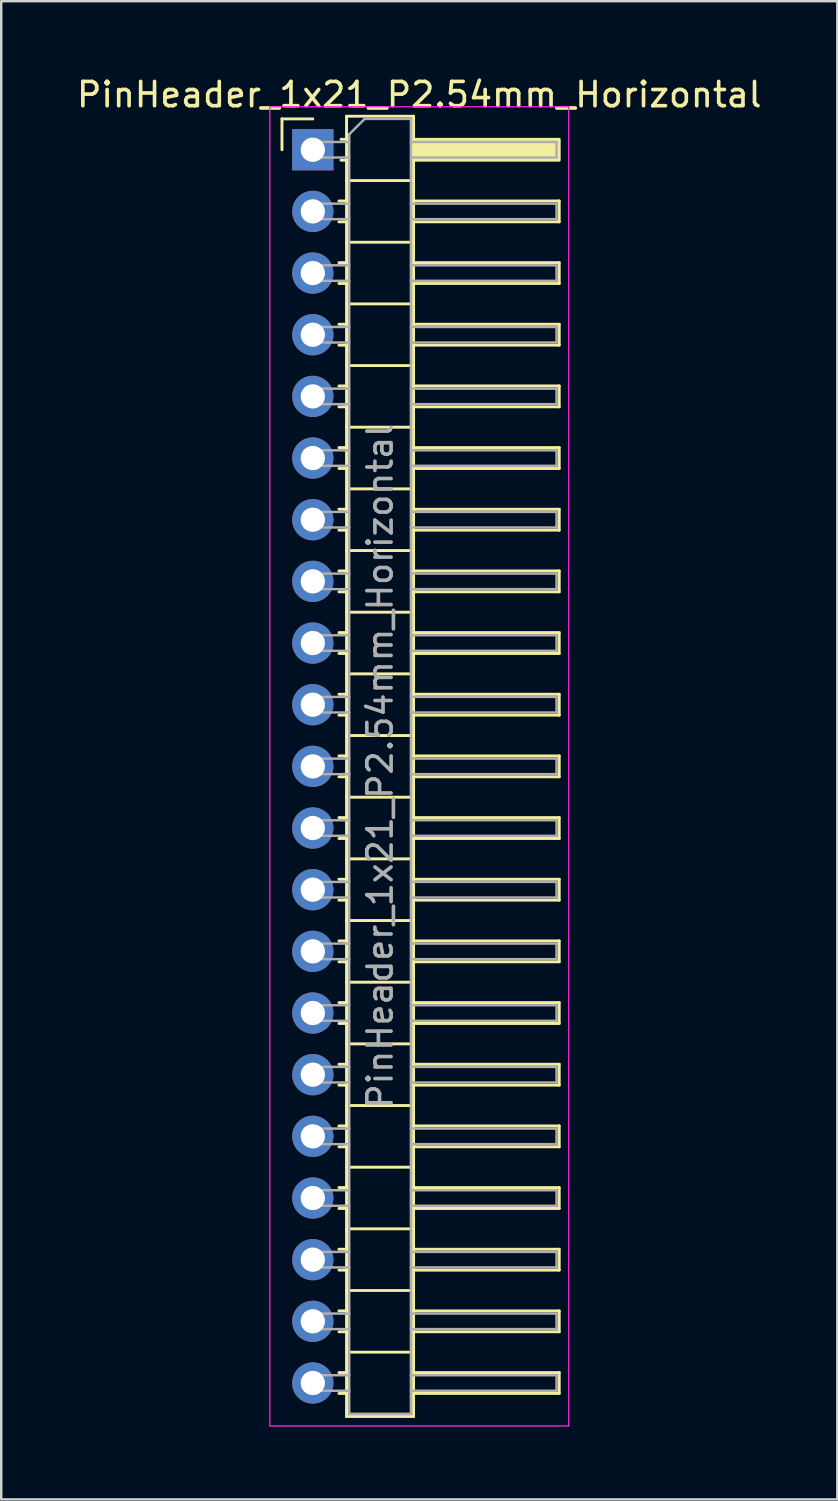
<source format=kicad_pcb>
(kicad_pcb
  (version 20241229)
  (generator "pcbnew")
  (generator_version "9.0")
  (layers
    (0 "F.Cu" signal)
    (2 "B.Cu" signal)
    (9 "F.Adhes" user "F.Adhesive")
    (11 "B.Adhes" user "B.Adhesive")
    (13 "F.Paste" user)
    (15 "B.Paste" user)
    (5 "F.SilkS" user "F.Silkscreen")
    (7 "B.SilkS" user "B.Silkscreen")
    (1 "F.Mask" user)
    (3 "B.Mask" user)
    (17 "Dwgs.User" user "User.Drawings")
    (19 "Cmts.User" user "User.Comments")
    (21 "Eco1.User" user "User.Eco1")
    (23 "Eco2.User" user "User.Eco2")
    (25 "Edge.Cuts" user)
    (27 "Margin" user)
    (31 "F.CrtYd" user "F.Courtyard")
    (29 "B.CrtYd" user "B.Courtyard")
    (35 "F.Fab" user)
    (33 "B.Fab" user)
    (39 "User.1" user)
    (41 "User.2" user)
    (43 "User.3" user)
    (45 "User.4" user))
  (footprint "PinHeader_1x21_P2.54mm_Horizontal"
    (layer "F.Cu")
    (at 9.835 3.118)
    (property "Reference" "PinHeader_1x21_P2.54mm_Horizontal" (at 4.385 -2.27 0) (layer "F.SilkS") (effects (font (size 1 1) (thickness 0.15))))
    (attr through_hole)
    (fp_line (start -1.27 -1.27) (end 0 -1.27) (stroke (width 0.12) (type solid)) (layer "F.SilkS"))
    (fp_line (start -1.27 0) (end -1.27 -1.27) (stroke (width 0.12) (type solid)) (layer "F.SilkS"))
    (fp_line (start 1.077 2.11) (end 1.39 2.11) (stroke (width 0.12) (type solid)) (layer "F.SilkS"))
    (fp_line (start 1.077 2.97) (end 1.39 2.97) (stroke (width 0.12) (type solid)) (layer "F.SilkS"))
    (fp_line (start 1.077 4.65) (end 1.39 4.65) (stroke (width 0.12) (type solid)) (layer "F.SilkS"))
    (fp_line (start 1.077 5.51) (end 1.39 5.51) (stroke (width 0.12) (type solid)) (layer "F.SilkS"))
    (fp_line (start 1.077 7.19) (end 1.39 7.19) (stroke (width 0.12) (type solid)) (layer "F.SilkS"))
    (fp_line (start 1.077 8.05) (end 1.39 8.05) (stroke (width 0.12) (type solid)) (layer "F.SilkS"))
    (fp_line (start 1.077 9.73) (end 1.39 9.73) (stroke (width 0.12) (type solid)) (layer "F.SilkS"))
    (fp_line (start 1.077 10.59) (end 1.39 10.59) (stroke (width 0.12) (type solid)) (layer "F.SilkS"))
    (fp_line (start 1.077 12.27) (end 1.39 12.27) (stroke (width 0.12) (type solid)) (layer "F.SilkS"))
    (fp_line (start 1.077 13.13) (end 1.39 13.13) (stroke (width 0.12) (type solid)) (layer "F.SilkS"))
    (fp_line (start 1.077 14.81) (end 1.39 14.81) (stroke (width 0.12) (type solid)) (layer "F.SilkS"))
    (fp_line (start 1.077 15.67) (end 1.39 15.67) (stroke (width 0.12) (type solid)) (layer "F.SilkS"))
    (fp_line (start 1.077 17.35) (end 1.39 17.35) (stroke (width 0.12) (type solid)) (layer "F.SilkS"))
    (fp_line (start 1.077 18.21) (end 1.39 18.21) (stroke (width 0.12) (type solid)) (layer "F.SilkS"))
    (fp_line (start 1.077 19.89) (end 1.39 19.89) (stroke (width 0.12) (type solid)) (layer "F.SilkS"))
    (fp_line (start 1.077 20.75) (end 1.39 20.75) (stroke (width 0.12) (type solid)) (layer "F.SilkS"))
    (fp_line (start 1.077 22.43) (end 1.39 22.43) (stroke (width 0.12) (type solid)) (layer "F.SilkS"))
    (fp_line (start 1.077 23.29) (end 1.39 23.29) (stroke (width 0.12) (type solid)) (layer "F.SilkS"))
    (fp_line (start 1.077 24.97) (end 1.39 24.97) (stroke (width 0.12) (type solid)) (layer "F.SilkS"))
    (fp_line (start 1.077 25.83) (end 1.39 25.83) (stroke (width 0.12) (type solid)) (layer "F.SilkS"))
    (fp_line (start 1.077 27.51) (end 1.39 27.51) (stroke (width 0.12) (type solid)) (layer "F.SilkS"))
    (fp_line (start 1.077 28.37) (end 1.39 28.37) (stroke (width 0.12) (type solid)) (layer "F.SilkS"))
    (fp_line (start 1.077 30.05) (end 1.39 30.05) (stroke (width 0.12) (type solid)) (layer "F.SilkS"))
    (fp_line (start 1.077 30.91) (end 1.39 30.91) (stroke (width 0.12) (type solid)) (layer "F.SilkS"))
    (fp_line (start 1.077 32.59) (end 1.39 32.59) (stroke (width 0.12) (type solid)) (layer "F.SilkS"))
    (fp_line (start 1.077 33.45) (end 1.39 33.45) (stroke (width 0.12) (type solid)) (layer "F.SilkS"))
    (fp_line (start 1.077 35.13) (end 1.39 35.13) (stroke (width 0.12) (type solid)) (layer "F.SilkS"))
    (fp_line (start 1.077 35.99) (end 1.39 35.99) (stroke (width 0.12) (type solid)) (layer "F.SilkS"))
    (fp_line (start 1.077 37.67) (end 1.39 37.67) (stroke (width 0.12) (type solid)) (layer "F.SilkS"))
    (fp_line (start 1.077 38.53) (end 1.39 38.53) (stroke (width 0.12) (type solid)) (layer "F.SilkS"))
    (fp_line (start 1.077 40.21) (end 1.39 40.21) (stroke (width 0.12) (type solid)) (layer "F.SilkS"))
    (fp_line (start 1.077 41.07) (end 1.39 41.07) (stroke (width 0.12) (type solid)) (layer "F.SilkS"))
    (fp_line (start 1.077 42.75) (end 1.39 42.75) (stroke (width 0.12) (type solid)) (layer "F.SilkS"))
    (fp_line (start 1.077 43.61) (end 1.39 43.61) (stroke (width 0.12) (type solid)) (layer "F.SilkS"))
    (fp_line (start 1.077 45.29) (end 1.39 45.29) (stroke (width 0.12) (type solid)) (layer "F.SilkS"))
    (fp_line (start 1.077 46.15) (end 1.39 46.15) (stroke (width 0.12) (type solid)) (layer "F.SilkS"))
    (fp_line (start 1.077 47.83) (end 1.39 47.83) (stroke (width 0.12) (type solid)) (layer "F.SilkS"))
    (fp_line (start 1.077 48.69) (end 1.39 48.69) (stroke (width 0.12) (type solid)) (layer "F.SilkS"))
    (fp_line (start 1.077 50.37) (end 1.39 50.37) (stroke (width 0.12) (type solid)) (layer "F.SilkS"))
    (fp_line (start 1.077 51.23) (end 1.39 51.23) (stroke (width 0.12) (type solid)) (layer "F.SilkS"))
    (fp_line (start 1.16 -0.43) (end 1.39 -0.43) (stroke (width 0.12) (type solid)) (layer "F.SilkS"))
    (fp_line (start 1.16 0.43) (end 1.39 0.43) (stroke (width 0.12) (type solid)) (layer "F.SilkS"))
    (fp_line (start 1.39 -1.38) (end 1.39 52.18) (stroke (width 0.12) (type solid)) (layer "F.SilkS"))
    (fp_line (start 1.39 1.27) (end 4.15 1.27) (stroke (width 0.12) (type solid)) (layer "F.SilkS"))
    (fp_line (start 1.39 3.81) (end 4.15 3.81) (stroke (width 0.12) (type solid)) (layer "F.SilkS"))
    (fp_line (start 1.39 6.35) (end 4.15 6.35) (stroke (width 0.12) (type solid)) (layer "F.SilkS"))
    (fp_line (start 1.39 8.89) (end 4.15 8.89) (stroke (width 0.12) (type solid)) (layer "F.SilkS"))
    (fp_line (start 1.39 11.43) (end 4.15 11.43) (stroke (width 0.12) (type solid)) (layer "F.SilkS"))
    (fp_line (start 1.39 13.97) (end 4.15 13.97) (stroke (width 0.12) (type solid)) (layer "F.SilkS"))
    (fp_line (start 1.39 16.51) (end 4.15 16.51) (stroke (width 0.12) (type solid)) (layer "F.SilkS"))
    (fp_line (start 1.39 19.05) (end 4.15 19.05) (stroke (width 0.12) (type solid)) (layer "F.SilkS"))
    (fp_line (start 1.39 21.59) (end 4.15 21.59) (stroke (width 0.12) (type solid)) (layer "F.SilkS"))
    (fp_line (start 1.39 24.13) (end 4.15 24.13) (stroke (width 0.12) (type solid)) (layer "F.SilkS"))
    (fp_line (start 1.39 26.67) (end 4.15 26.67) (stroke (width 0.12) (type solid)) (layer "F.SilkS"))
    (fp_line (start 1.39 29.21) (end 4.15 29.21) (stroke (width 0.12) (type solid)) (layer "F.SilkS"))
    (fp_line (start 1.39 31.75) (end 4.15 31.75) (stroke (width 0.12) (type solid)) (layer "F.SilkS"))
    (fp_line (start 1.39 34.29) (end 4.15 34.29) (stroke (width 0.12) (type solid)) (layer "F.SilkS"))
    (fp_line (start 1.39 36.83) (end 4.15 36.83) (stroke (width 0.12) (type solid)) (layer "F.SilkS"))
    (fp_line (start 1.39 39.37) (end 4.15 39.37) (stroke (width 0.12) (type solid)) (layer "F.SilkS"))
    (fp_line (start 1.39 41.91) (end 4.15 41.91) (stroke (width 0.12) (type solid)) (layer "F.SilkS"))
    (fp_line (start 1.39 44.45) (end 4.15 44.45) (stroke (width 0.12) (type solid)) (layer "F.SilkS"))
    (fp_line (start 1.39 46.99) (end 4.15 46.99) (stroke (width 0.12) (type solid)) (layer "F.SilkS"))
    (fp_line (start 1.39 49.53) (end 4.15 49.53) (stroke (width 0.12) (type solid)) (layer "F.SilkS"))
    (fp_line (start 1.39 52.18) (end 4.15 52.18) (stroke (width 0.12) (type solid)) (layer "F.SilkS"))
    (fp_line (start 4.15 -1.38) (end 1.39 -1.38) (stroke (width 0.12) (type solid)) (layer "F.SilkS"))
    (fp_line (start 4.15 2.11) (end 10.15 2.11) (stroke (width 0.12) (type solid)) (layer "F.SilkS"))
    (fp_line (start 4.15 4.65) (end 10.15 4.65) (stroke (width 0.12) (type solid)) (layer "F.SilkS"))
    (fp_line (start 4.15 7.19) (end 10.15 7.19) (stroke (width 0.12) (type solid)) (layer "F.SilkS"))
    (fp_line (start 4.15 9.73) (end 10.15 9.73) (stroke (width 0.12) (type solid)) (layer "F.SilkS"))
    (fp_line (start 4.15 12.27) (end 10.15 12.27) (stroke (width 0.12) (type solid)) (layer "F.SilkS"))
    (fp_line (start 4.15 14.81) (end 10.15 14.81) (stroke (width 0.12) (type solid)) (layer "F.SilkS"))
    (fp_line (start 4.15 17.35) (end 10.15 17.35) (stroke (width 0.12) (type solid)) (layer "F.SilkS"))
    (fp_line (start 4.15 19.89) (end 10.15 19.89) (stroke (width 0.12) (type solid)) (layer "F.SilkS"))
    (fp_line (start 4.15 22.43) (end 10.15 22.43) (stroke (width 0.12) (type solid)) (layer "F.SilkS"))
    (fp_line (start 4.15 24.97) (end 10.15 24.97) (stroke (width 0.12) (type solid)) (layer "F.SilkS"))
    (fp_line (start 4.15 27.51) (end 10.15 27.51) (stroke (width 0.12) (type solid)) (layer "F.SilkS"))
    (fp_line (start 4.15 30.05) (end 10.15 30.05) (stroke (width 0.12) (type solid)) (layer "F.SilkS"))
    (fp_line (start 4.15 32.59) (end 10.15 32.59) (stroke (width 0.12) (type solid)) (layer "F.SilkS"))
    (fp_line (start 4.15 35.13) (end 10.15 35.13) (stroke (width 0.12) (type solid)) (layer "F.SilkS"))
    (fp_line (start 4.15 37.67) (end 10.15 37.67) (stroke (width 0.12) (type solid)) (layer "F.SilkS"))
    (fp_line (start 4.15 40.21) (end 10.15 40.21) (stroke (width 0.12) (type solid)) (layer "F.SilkS"))
    (fp_line (start 4.15 42.75) (end 10.15 42.75) (stroke (width 0.12) (type solid)) (layer "F.SilkS"))
    (fp_line (start 4.15 45.29) (end 10.15 45.29) (stroke (width 0.12) (type solid)) (layer "F.SilkS"))
    (fp_line (start 4.15 47.83) (end 10.15 47.83) (stroke (width 0.12) (type solid)) (layer "F.SilkS"))
    (fp_line (start 4.15 50.37) (end 10.15 50.37) (stroke (width 0.12) (type solid)) (layer "F.SilkS"))
    (fp_line (start 4.15 52.18) (end 4.15 -1.38) (stroke (width 0.12) (type solid)) (layer "F.SilkS"))
    (fp_line (start 10.15 2.11) (end 10.15 2.97) (stroke (width 0.12) (type solid)) (layer "F.SilkS"))
    (fp_line (start 10.15 2.97) (end 4.15 2.97) (stroke (width 0.12) (type solid)) (layer "F.SilkS"))
    (fp_line (start 10.15 4.65) (end 10.15 5.51) (stroke (width 0.12) (type solid)) (layer "F.SilkS"))
    (fp_line (start 10.15 5.51) (end 4.15 5.51) (stroke (width 0.12) (type solid)) (layer "F.SilkS"))
    (fp_line (start 10.15 7.19) (end 10.15 8.05) (stroke (width 0.12) (type solid)) (layer "F.SilkS"))
    (fp_line (start 10.15 8.05) (end 4.15 8.05) (stroke (width 0.12) (type solid)) (layer "F.SilkS"))
    (fp_line (start 10.15 9.73) (end 10.15 10.59) (stroke (width 0.12) (type solid)) (layer "F.SilkS"))
    (fp_line (start 10.15 10.59) (end 4.15 10.59) (stroke (width 0.12) (type solid)) (layer "F.SilkS"))
    (fp_line (start 10.15 12.27) (end 10.15 13.13) (stroke (width 0.12) (type solid)) (layer "F.SilkS"))
    (fp_line (start 10.15 13.13) (end 4.15 13.13) (stroke (width 0.12) (type solid)) (layer "F.SilkS"))
    (fp_line (start 10.15 14.81) (end 10.15 15.67) (stroke (width 0.12) (type solid)) (layer "F.SilkS"))
    (fp_line (start 10.15 15.67) (end 4.15 15.67) (stroke (width 0.12) (type solid)) (layer "F.SilkS"))
    (fp_line (start 10.15 17.35) (end 10.15 18.21) (stroke (width 0.12) (type solid)) (layer "F.SilkS"))
    (fp_line (start 10.15 18.21) (end 4.15 18.21) (stroke (width 0.12) (type solid)) (layer "F.SilkS"))
    (fp_line (start 10.15 19.89) (end 10.15 20.75) (stroke (width 0.12) (type solid)) (layer "F.SilkS"))
    (fp_line (start 10.15 20.75) (end 4.15 20.75) (stroke (width 0.12) (type solid)) (layer "F.SilkS"))
    (fp_line (start 10.15 22.43) (end 10.15 23.29) (stroke (width 0.12) (type solid)) (layer "F.SilkS"))
    (fp_line (start 10.15 23.29) (end 4.15 23.29) (stroke (width 0.12) (type solid)) (layer "F.SilkS"))
    (fp_line (start 10.15 24.97) (end 10.15 25.83) (stroke (width 0.12) (type solid)) (layer "F.SilkS"))
    (fp_line (start 10.15 25.83) (end 4.15 25.83) (stroke (width 0.12) (type solid)) (layer "F.SilkS"))
    (fp_line (start 10.15 27.51) (end 10.15 28.37) (stroke (width 0.12) (type solid)) (layer "F.SilkS"))
    (fp_line (start 10.15 28.37) (end 4.15 28.37) (stroke (width 0.12) (type solid)) (layer "F.SilkS"))
    (fp_line (start 10.15 30.05) (end 10.15 30.91) (stroke (width 0.12) (type solid)) (layer "F.SilkS"))
    (fp_line (start 10.15 30.91) (end 4.15 30.91) (stroke (width 0.12) (type solid)) (layer "F.SilkS"))
    (fp_line (start 10.15 32.59) (end 10.15 33.45) (stroke (width 0.12) (type solid)) (layer "F.SilkS"))
    (fp_line (start 10.15 33.45) (end 4.15 33.45) (stroke (width 0.12) (type solid)) (layer "F.SilkS"))
    (fp_line (start 10.15 35.13) (end 10.15 35.99) (stroke (width 0.12) (type solid)) (layer "F.SilkS"))
    (fp_line (start 10.15 35.99) (end 4.15 35.99) (stroke (width 0.12) (type solid)) (layer "F.SilkS"))
    (fp_line (start 10.15 37.67) (end 10.15 38.53) (stroke (width 0.12) (type solid)) (layer "F.SilkS"))
    (fp_line (start 10.15 38.53) (end 4.15 38.53) (stroke (width 0.12) (type solid)) (layer "F.SilkS"))
    (fp_line (start 10.15 40.21) (end 10.15 41.07) (stroke (width 0.12) (type solid)) (layer "F.SilkS"))
    (fp_line (start 10.15 41.07) (end 4.15 41.07) (stroke (width 0.12) (type solid)) (layer "F.SilkS"))
    (fp_line (start 10.15 42.75) (end 10.15 43.61) (stroke (width 0.12) (type solid)) (layer "F.SilkS"))
    (fp_line (start 10.15 43.61) (end 4.15 43.61) (stroke (width 0.12) (type solid)) (layer "F.SilkS"))
    (fp_line (start 10.15 45.29) (end 10.15 46.15) (stroke (width 0.12) (type solid)) (layer "F.SilkS"))
    (fp_line (start 10.15 46.15) (end 4.15 46.15) (stroke (width 0.12) (type solid)) (layer "F.SilkS"))
    (fp_line (start 10.15 47.83) (end 10.15 48.69) (stroke (width 0.12) (type solid)) (layer "F.SilkS"))
    (fp_line (start 10.15 48.69) (end 4.15 48.69) (stroke (width 0.12) (type solid)) (layer "F.SilkS"))
    (fp_line (start 10.15 50.37) (end 10.15 51.23) (stroke (width 0.12) (type solid)) (layer "F.SilkS"))
    (fp_line (start 10.15 51.23) (end 4.15 51.23) (stroke (width 0.12) (type solid)) (layer "F.SilkS"))
    (fp_rect (start 4.15 -0.43) (end 10.15 0.43) (stroke (width 0.12) (type solid)) (fill yes) (layer "F.SilkS"))
    (fp_line (start -1.77 -1.77) (end -1.77 52.57) (stroke (width 0.05) (type solid)) (layer "F.CrtYd"))
    (fp_line (start -1.77 52.57) (end 10.54 52.57) (stroke (width 0.05) (type solid)) (layer "F.CrtYd"))
    (fp_line (start 10.54 -1.77) (end -1.77 -1.77) (stroke (width 0.05) (type solid)) (layer "F.CrtYd"))
    (fp_line (start 10.54 52.57) (end 10.54 -1.77) (stroke (width 0.05) (type solid)) (layer "F.CrtYd"))
    (fp_line (start -0.32 -0.32) (end -0.32 0.32) (stroke (width 0.1) (type solid)) (layer "F.Fab"))
    (fp_line (start -0.32 -0.32) (end 1.5 -0.32) (stroke (width 0.1) (type solid)) (layer "F.Fab"))
    (fp_line (start -0.32 0.32) (end 1.5 0.32) (stroke (width 0.1) (type solid)) (layer "F.Fab"))
    (fp_line (start -0.32 2.22) (end -0.32 2.86) (stroke (width 0.1) (type solid)) (layer "F.Fab"))
    (fp_line (start -0.32 2.22) (end 1.5 2.22) (stroke (width 0.1) (type solid)) (layer "F.Fab"))
    (fp_line (start -0.32 2.86) (end 1.5 2.86) (stroke (width 0.1) (type solid)) (layer "F.Fab"))
    (fp_line (start -0.32 4.76) (end -0.32 5.4) (stroke (width 0.1) (type solid)) (layer "F.Fab"))
    (fp_line (start -0.32 4.76) (end 1.5 4.76) (stroke (width 0.1) (type solid)) (layer "F.Fab"))
    (fp_line (start -0.32 5.4) (end 1.5 5.4) (stroke (width 0.1) (type solid)) (layer "F.Fab"))
    (fp_line (start -0.32 7.3) (end -0.32 7.94) (stroke (width 0.1) (type solid)) (layer "F.Fab"))
    (fp_line (start -0.32 7.3) (end 1.5 7.3) (stroke (width 0.1) (type solid)) (layer "F.Fab"))
    (fp_line (start -0.32 7.94) (end 1.5 7.94) (stroke (width 0.1) (type solid)) (layer "F.Fab"))
    (fp_line (start -0.32 9.84) (end -0.32 10.48) (stroke (width 0.1) (type solid)) (layer "F.Fab"))
    (fp_line (start -0.32 9.84) (end 1.5 9.84) (stroke (width 0.1) (type solid)) (layer "F.Fab"))
    (fp_line (start -0.32 10.48) (end 1.5 10.48) (stroke (width 0.1) (type solid)) (layer "F.Fab"))
    (fp_line (start -0.32 12.38) (end -0.32 13.02) (stroke (width 0.1) (type solid)) (layer "F.Fab"))
    (fp_line (start -0.32 12.38) (end 1.5 12.38) (stroke (width 0.1) (type solid)) (layer "F.Fab"))
    (fp_line (start -0.32 13.02) (end 1.5 13.02) (stroke (width 0.1) (type solid)) (layer "F.Fab"))
    (fp_line (start -0.32 14.92) (end -0.32 15.56) (stroke (width 0.1) (type solid)) (layer "F.Fab"))
    (fp_line (start -0.32 14.92) (end 1.5 14.92) (stroke (width 0.1) (type solid)) (layer "F.Fab"))
    (fp_line (start -0.32 15.56) (end 1.5 15.56) (stroke (width 0.1) (type solid)) (layer "F.Fab"))
    (fp_line (start -0.32 17.46) (end -0.32 18.1) (stroke (width 0.1) (type solid)) (layer "F.Fab"))
    (fp_line (start -0.32 17.46) (end 1.5 17.46) (stroke (width 0.1) (type solid)) (layer "F.Fab"))
    (fp_line (start -0.32 18.1) (end 1.5 18.1) (stroke (width 0.1) (type solid)) (layer "F.Fab"))
    (fp_line (start -0.32 20) (end -0.32 20.64) (stroke (width 0.1) (type solid)) (layer "F.Fab"))
    (fp_line (start -0.32 20) (end 1.5 20) (stroke (width 0.1) (type solid)) (layer "F.Fab"))
    (fp_line (start -0.32 20.64) (end 1.5 20.64) (stroke (width 0.1) (type solid)) (layer "F.Fab"))
    (fp_line (start -0.32 22.54) (end -0.32 23.18) (stroke (width 0.1) (type solid)) (layer "F.Fab"))
    (fp_line (start -0.32 22.54) (end 1.5 22.54) (stroke (width 0.1) (type solid)) (layer "F.Fab"))
    (fp_line (start -0.32 23.18) (end 1.5 23.18) (stroke (width 0.1) (type solid)) (layer "F.Fab"))
    (fp_line (start -0.32 25.08) (end -0.32 25.72) (stroke (width 0.1) (type solid)) (layer "F.Fab"))
    (fp_line (start -0.32 25.08) (end 1.5 25.08) (stroke (width 0.1) (type solid)) (layer "F.Fab"))
    (fp_line (start -0.32 25.72) (end 1.5 25.72) (stroke (width 0.1) (type solid)) (layer "F.Fab"))
    (fp_line (start -0.32 27.62) (end -0.32 28.26) (stroke (width 0.1) (type solid)) (layer "F.Fab"))
    (fp_line (start -0.32 27.62) (end 1.5 27.62) (stroke (width 0.1) (type solid)) (layer "F.Fab"))
    (fp_line (start -0.32 28.26) (end 1.5 28.26) (stroke (width 0.1) (type solid)) (layer "F.Fab"))
    (fp_line (start -0.32 30.16) (end -0.32 30.8) (stroke (width 0.1) (type solid)) (layer "F.Fab"))
    (fp_line (start -0.32 30.16) (end 1.5 30.16) (stroke (width 0.1) (type solid)) (layer "F.Fab"))
    (fp_line (start -0.32 30.8) (end 1.5 30.8) (stroke (width 0.1) (type solid)) (layer "F.Fab"))
    (fp_line (start -0.32 32.7) (end -0.32 33.34) (stroke (width 0.1) (type solid)) (layer "F.Fab"))
    (fp_line (start -0.32 32.7) (end 1.5 32.7) (stroke (width 0.1) (type solid)) (layer "F.Fab"))
    (fp_line (start -0.32 33.34) (end 1.5 33.34) (stroke (width 0.1) (type solid)) (layer "F.Fab"))
    (fp_line (start -0.32 35.24) (end -0.32 35.88) (stroke (width 0.1) (type solid)) (layer "F.Fab"))
    (fp_line (start -0.32 35.24) (end 1.5 35.24) (stroke (width 0.1) (type solid)) (layer "F.Fab"))
    (fp_line (start -0.32 35.88) (end 1.5 35.88) (stroke (width 0.1) (type solid)) (layer "F.Fab"))
    (fp_line (start -0.32 37.78) (end -0.32 38.42) (stroke (width 0.1) (type solid)) (layer "F.Fab"))
    (fp_line (start -0.32 37.78) (end 1.5 37.78) (stroke (width 0.1) (type solid)) (layer "F.Fab"))
    (fp_line (start -0.32 38.42) (end 1.5 38.42) (stroke (width 0.1) (type solid)) (layer "F.Fab"))
    (fp_line (start -0.32 40.32) (end -0.32 40.96) (stroke (width 0.1) (type solid)) (layer "F.Fab"))
    (fp_line (start -0.32 40.32) (end 1.5 40.32) (stroke (width 0.1) (type solid)) (layer "F.Fab"))
    (fp_line (start -0.32 40.96) (end 1.5 40.96) (stroke (width 0.1) (type solid)) (layer "F.Fab"))
    (fp_line (start -0.32 42.86) (end -0.32 43.5) (stroke (width 0.1) (type solid)) (layer "F.Fab"))
    (fp_line (start -0.32 42.86) (end 1.5 42.86) (stroke (width 0.1) (type solid)) (layer "F.Fab"))
    (fp_line (start -0.32 43.5) (end 1.5 43.5) (stroke (width 0.1) (type solid)) (layer "F.Fab"))
    (fp_line (start -0.32 45.4) (end -0.32 46.04) (stroke (width 0.1) (type solid)) (layer "F.Fab"))
    (fp_line (start -0.32 45.4) (end 1.5 45.4) (stroke (width 0.1) (type solid)) (layer "F.Fab"))
    (fp_line (start -0.32 46.04) (end 1.5 46.04) (stroke (width 0.1) (type solid)) (layer "F.Fab"))
    (fp_line (start -0.32 47.94) (end -0.32 48.58) (stroke (width 0.1) (type solid)) (layer "F.Fab"))
    (fp_line (start -0.32 47.94) (end 1.5 47.94) (stroke (width 0.1) (type solid)) (layer "F.Fab"))
    (fp_line (start -0.32 48.58) (end 1.5 48.58) (stroke (width 0.1) (type solid)) (layer "F.Fab"))
    (fp_line (start -0.32 50.48) (end -0.32 51.12) (stroke (width 0.1) (type solid)) (layer "F.Fab"))
    (fp_line (start -0.32 50.48) (end 1.5 50.48) (stroke (width 0.1) (type solid)) (layer "F.Fab"))
    (fp_line (start -0.32 51.12) (end 1.5 51.12) (stroke (width 0.1) (type solid)) (layer "F.Fab"))
    (fp_line (start 1.5 -0.635) (end 2.135 -1.27) (stroke (width 0.1) (type solid)) (layer "F.Fab"))
    (fp_line (start 1.5 52.07) (end 1.5 -0.635) (stroke (width 0.1) (type solid)) (layer "F.Fab"))
    (fp_line (start 2.135 -1.27) (end 4.04 -1.27) (stroke (width 0.1) (type solid)) (layer "F.Fab"))
    (fp_line (start 4.04 -1.27) (end 4.04 52.07) (stroke (width 0.1) (type solid)) (layer "F.Fab"))
    (fp_line (start 4.04 -0.32) (end 10.04 -0.32) (stroke (width 0.1) (type solid)) (layer "F.Fab"))
    (fp_line (start 4.04 0.32) (end 10.04 0.32) (stroke (width 0.1) (type solid)) (layer "F.Fab"))
    (fp_line (start 4.04 2.22) (end 10.04 2.22) (stroke (width 0.1) (type solid)) (layer "F.Fab"))
    (fp_line (start 4.04 2.86) (end 10.04 2.86) (stroke (width 0.1) (type solid)) (layer "F.Fab"))
    (fp_line (start 4.04 4.76) (end 10.04 4.76) (stroke (width 0.1) (type solid)) (layer "F.Fab"))
    (fp_line (start 4.04 5.4) (end 10.04 5.4) (stroke (width 0.1) (type solid)) (layer "F.Fab"))
    (fp_line (start 4.04 7.3) (end 10.04 7.3) (stroke (width 0.1) (type solid)) (layer "F.Fab"))
    (fp_line (start 4.04 7.94) (end 10.04 7.94) (stroke (width 0.1) (type solid)) (layer "F.Fab"))
    (fp_line (start 4.04 9.84) (end 10.04 9.84) (stroke (width 0.1) (type solid)) (layer "F.Fab"))
    (fp_line (start 4.04 10.48) (end 10.04 10.48) (stroke (width 0.1) (type solid)) (layer "F.Fab"))
    (fp_line (start 4.04 12.38) (end 10.04 12.38) (stroke (width 0.1) (type solid)) (layer "F.Fab"))
    (fp_line (start 4.04 13.02) (end 10.04 13.02) (stroke (width 0.1) (type solid)) (layer "F.Fab"))
    (fp_line (start 4.04 14.92) (end 10.04 14.92) (stroke (width 0.1) (type solid)) (layer "F.Fab"))
    (fp_line (start 4.04 15.56) (end 10.04 15.56) (stroke (width 0.1) (type solid)) (layer "F.Fab"))
    (fp_line (start 4.04 17.46) (end 10.04 17.46) (stroke (width 0.1) (type solid)) (layer "F.Fab"))
    (fp_line (start 4.04 18.1) (end 10.04 18.1) (stroke (width 0.1) (type solid)) (layer "F.Fab"))
    (fp_line (start 4.04 20) (end 10.04 20) (stroke (width 0.1) (type solid)) (layer "F.Fab"))
    (fp_line (start 4.04 20.64) (end 10.04 20.64) (stroke (width 0.1) (type solid)) (layer "F.Fab"))
    (fp_line (start 4.04 22.54) (end 10.04 22.54) (stroke (width 0.1) (type solid)) (layer "F.Fab"))
    (fp_line (start 4.04 23.18) (end 10.04 23.18) (stroke (width 0.1) (type solid)) (layer "F.Fab"))
    (fp_line (start 4.04 25.08) (end 10.04 25.08) (stroke (width 0.1) (type solid)) (layer "F.Fab"))
    (fp_line (start 4.04 25.72) (end 10.04 25.72) (stroke (width 0.1) (type solid)) (layer "F.Fab"))
    (fp_line (start 4.04 27.62) (end 10.04 27.62) (stroke (width 0.1) (type solid)) (layer "F.Fab"))
    (fp_line (start 4.04 28.26) (end 10.04 28.26) (stroke (width 0.1) (type solid)) (layer "F.Fab"))
    (fp_line (start 4.04 30.16) (end 10.04 30.16) (stroke (width 0.1) (type solid)) (layer "F.Fab"))
    (fp_line (start 4.04 30.8) (end 10.04 30.8) (stroke (width 0.1) (type solid)) (layer "F.Fab"))
    (fp_line (start 4.04 32.7) (end 10.04 32.7) (stroke (width 0.1) (type solid)) (layer "F.Fab"))
    (fp_line (start 4.04 33.34) (end 10.04 33.34) (stroke (width 0.1) (type solid)) (layer "F.Fab"))
    (fp_line (start 4.04 35.24) (end 10.04 35.24) (stroke (width 0.1) (type solid)) (layer "F.Fab"))
    (fp_line (start 4.04 35.88) (end 10.04 35.88) (stroke (width 0.1) (type solid)) (layer "F.Fab"))
    (fp_line (start 4.04 37.78) (end 10.04 37.78) (stroke (width 0.1) (type solid)) (layer "F.Fab"))
    (fp_line (start 4.04 38.42) (end 10.04 38.42) (stroke (width 0.1) (type solid)) (layer "F.Fab"))
    (fp_line (start 4.04 40.32) (end 10.04 40.32) (stroke (width 0.1) (type solid)) (layer "F.Fab"))
    (fp_line (start 4.04 40.96) (end 10.04 40.96) (stroke (width 0.1) (type solid)) (layer "F.Fab"))
    (fp_line (start 4.04 42.86) (end 10.04 42.86) (stroke (width 0.1) (type solid)) (layer "F.Fab"))
    (fp_line (start 4.04 43.5) (end 10.04 43.5) (stroke (width 0.1) (type solid)) (layer "F.Fab"))
    (fp_line (start 4.04 45.4) (end 10.04 45.4) (stroke (width 0.1) (type solid)) (layer "F.Fab"))
    (fp_line (start 4.04 46.04) (end 10.04 46.04) (stroke (width 0.1) (type solid)) (layer "F.Fab"))
    (fp_line (start 4.04 47.94) (end 10.04 47.94) (stroke (width 0.1) (type solid)) (layer "F.Fab"))
    (fp_line (start 4.04 48.58) (end 10.04 48.58) (stroke (width 0.1) (type solid)) (layer "F.Fab"))
    (fp_line (start 4.04 50.48) (end 10.04 50.48) (stroke (width 0.1) (type solid)) (layer "F.Fab"))
    (fp_line (start 4.04 51.12) (end 10.04 51.12) (stroke (width 0.1) (type solid)) (layer "F.Fab"))
    (fp_line (start 4.04 52.07) (end 1.5 52.07) (stroke (width 0.1) (type solid)) (layer "F.Fab"))
    (fp_line (start 10.04 -0.32) (end 10.04 0.32) (stroke (width 0.1) (type solid)) (layer "F.Fab"))
    (fp_line (start 10.04 2.22) (end 10.04 2.86) (stroke (width 0.1) (type solid)) (layer "F.Fab"))
    (fp_line (start 10.04 4.76) (end 10.04 5.4) (stroke (width 0.1) (type solid)) (layer "F.Fab"))
    (fp_line (start 10.04 7.3) (end 10.04 7.94) (stroke (width 0.1) (type solid)) (layer "F.Fab"))
    (fp_line (start 10.04 9.84) (end 10.04 10.48) (stroke (width 0.1) (type solid)) (layer "F.Fab"))
    (fp_line (start 10.04 12.38) (end 10.04 13.02) (stroke (width 0.1) (type solid)) (layer "F.Fab"))
    (fp_line (start 10.04 14.92) (end 10.04 15.56) (stroke (width 0.1) (type solid)) (layer "F.Fab"))
    (fp_line (start 10.04 17.46) (end 10.04 18.1) (stroke (width 0.1) (type solid)) (layer "F.Fab"))
    (fp_line (start 10.04 20) (end 10.04 20.64) (stroke (width 0.1) (type solid)) (layer "F.Fab"))
    (fp_line (start 10.04 22.54) (end 10.04 23.18) (stroke (width 0.1) (type solid)) (layer "F.Fab"))
    (fp_line (start 10.04 25.08) (end 10.04 25.72) (stroke (width 0.1) (type solid)) (layer "F.Fab"))
    (fp_line (start 10.04 27.62) (end 10.04 28.26) (stroke (width 0.1) (type solid)) (layer "F.Fab"))
    (fp_line (start 10.04 30.16) (end 10.04 30.8) (stroke (width 0.1) (type solid)) (layer "F.Fab"))
    (fp_line (start 10.04 32.7) (end 10.04 33.34) (stroke (width 0.1) (type solid)) (layer "F.Fab"))
    (fp_line (start 10.04 35.24) (end 10.04 35.88) (stroke (width 0.1) (type solid)) (layer "F.Fab"))
    (fp_line (start 10.04 37.78) (end 10.04 38.42) (stroke (width 0.1) (type solid)) (layer "F.Fab"))
    (fp_line (start 10.04 40.32) (end 10.04 40.96) (stroke (width 0.1) (type solid)) (layer "F.Fab"))
    (fp_line (start 10.04 42.86) (end 10.04 43.5) (stroke (width 0.1) (type solid)) (layer "F.Fab"))
    (fp_line (start 10.04 45.4) (end 10.04 46.04) (stroke (width 0.1) (type solid)) (layer "F.Fab"))
    (fp_line (start 10.04 47.94) (end 10.04 48.58) (stroke (width 0.1) (type solid)) (layer "F.Fab"))
    (fp_line (start 10.04 50.48) (end 10.04 51.12) (stroke (width 0.1) (type solid)) (layer "F.Fab"))
    (fp_text user "${REFERENCE}" (at 2.77 25.4 90) (layer "F.Fab") (effects (font (size 1 1) (thickness 0.15))))
    (pad "1" thru_hole rect (at 0 0) (size 1.7 1.7) (drill 1) (layers "*.Cu" "*.Mask"))
    (pad "2" thru_hole circle (at 0 2.54) (size 1.7 1.7) (drill 1) (layers "*.Cu" "*.Mask"))
    (pad "3" thru_hole circle (at 0 5.08) (size 1.7 1.7) (drill 1) (layers "*.Cu" "*.Mask"))
    (pad "4" thru_hole circle (at 0 7.62) (size 1.7 1.7) (drill 1) (layers "*.Cu" "*.Mask"))
    (pad "5" thru_hole circle (at 0 10.16) (size 1.7 1.7) (drill 1) (layers "*.Cu" "*.Mask"))
    (pad "6" thru_hole circle (at 0 12.7) (size 1.7 1.7) (drill 1) (layers "*.Cu" "*.Mask"))
    (pad "7" thru_hole circle (at 0 15.24) (size 1.7 1.7) (drill 1) (layers "*.Cu" "*.Mask"))
    (pad "8" thru_hole circle (at 0 17.78) (size 1.7 1.7) (drill 1) (layers "*.Cu" "*.Mask"))
    (pad "9" thru_hole circle (at 0 20.32) (size 1.7 1.7) (drill 1) (layers "*.Cu" "*.Mask"))
    (pad "10" thru_hole circle (at 0 22.86) (size 1.7 1.7) (drill 1) (layers "*.Cu" "*.Mask"))
    (pad "11" thru_hole circle (at 0 25.4) (size 1.7 1.7) (drill 1) (layers "*.Cu" "*.Mask"))
    (pad "12" thru_hole circle (at 0 27.94) (size 1.7 1.7) (drill 1) (layers "*.Cu" "*.Mask"))
    (pad "13" thru_hole circle (at 0 30.48) (size 1.7 1.7) (drill 1) (layers "*.Cu" "*.Mask"))
    (pad "14" thru_hole circle (at 0 33.02) (size 1.7 1.7) (drill 1) (layers "*.Cu" "*.Mask"))
    (pad "15" thru_hole circle (at 0 35.56) (size 1.7 1.7) (drill 1) (layers "*.Cu" "*.Mask"))
    (pad "16" thru_hole circle (at 0 38.1) (size 1.7 1.7) (drill 1) (layers "*.Cu" "*.Mask"))
    (pad "17" thru_hole circle (at 0 40.64) (size 1.7 1.7) (drill 1) (layers "*.Cu" "*.Mask"))
    (pad "18" thru_hole circle (at 0 43.18) (size 1.7 1.7) (drill 1) (layers "*.Cu" "*.Mask"))
    (pad "19" thru_hole circle (at 0 45.72) (size 1.7 1.7) (drill 1) (layers "*.Cu" "*.Mask"))
    (pad "20" thru_hole circle (at 0 48.26) (size 1.7 1.7) (drill 1) (layers "*.Cu" "*.Mask"))
    (pad "21" thru_hole circle (at 0 50.8) (size 1.7 1.7) (drill 1) (layers "*.Cu" "*.Mask")))
  (gr_rect
    (start -3 -3)
    (end 31.44 58.713)
    (stroke (width 0.1) (type default))
    (fill no)
    (layer "Edge.Cuts")))
</source>
